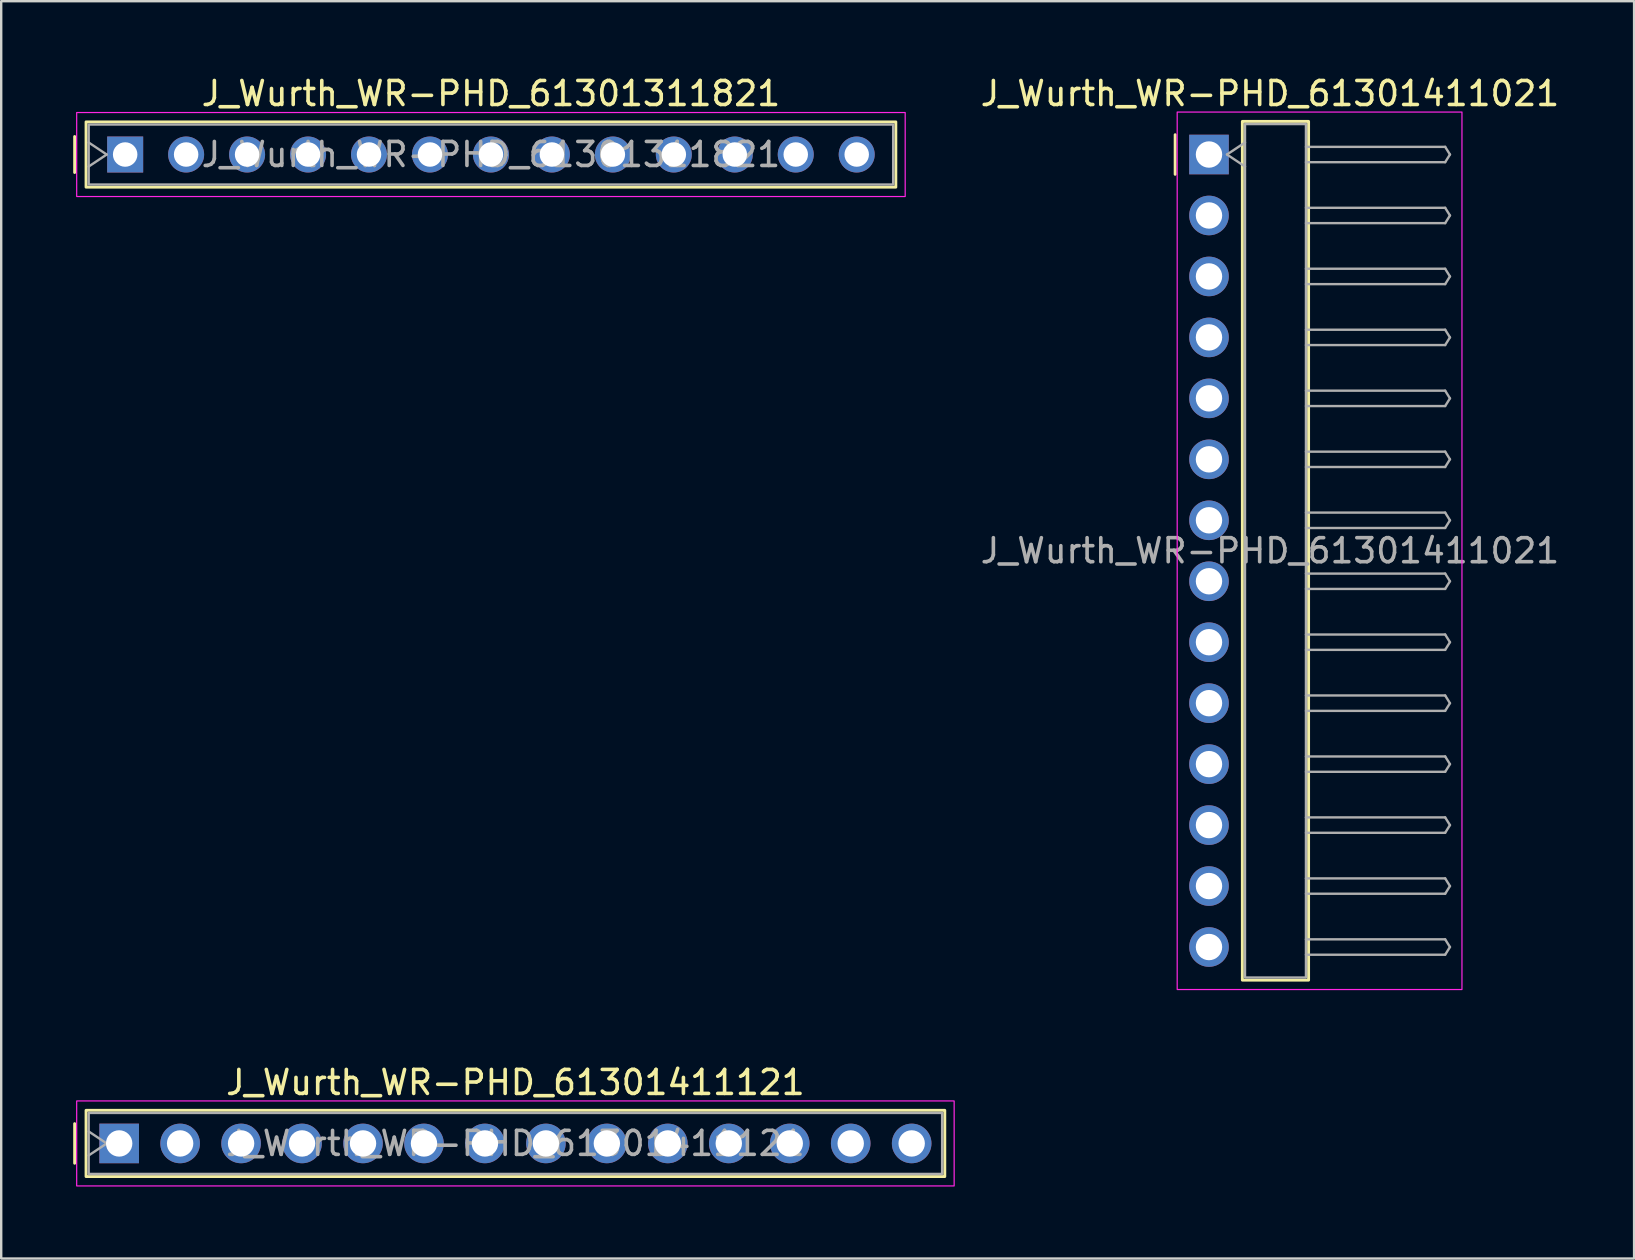
<source format=kicad_pcb>
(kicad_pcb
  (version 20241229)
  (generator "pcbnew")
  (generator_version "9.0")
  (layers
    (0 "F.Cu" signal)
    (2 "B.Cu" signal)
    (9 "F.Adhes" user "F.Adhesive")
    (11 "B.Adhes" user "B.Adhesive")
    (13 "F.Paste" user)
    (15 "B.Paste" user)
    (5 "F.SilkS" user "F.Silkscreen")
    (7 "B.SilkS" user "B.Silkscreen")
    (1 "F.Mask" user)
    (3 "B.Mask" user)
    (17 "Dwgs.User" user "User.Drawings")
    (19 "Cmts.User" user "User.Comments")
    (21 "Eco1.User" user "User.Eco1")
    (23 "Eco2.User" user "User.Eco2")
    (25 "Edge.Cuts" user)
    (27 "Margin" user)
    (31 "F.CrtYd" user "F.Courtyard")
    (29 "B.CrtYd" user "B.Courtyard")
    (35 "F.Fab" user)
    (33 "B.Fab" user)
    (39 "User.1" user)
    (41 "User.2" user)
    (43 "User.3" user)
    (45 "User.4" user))
  (footprint "J_Wurth_WR-PHD_61301411121"
    (layer "F.Cu")
    (at 1.915 44.592)
    (property "Reference" "J_Wurth_WR-PHD_61301411121" (at 16.51 -2.54 0) (unlocked yes) (layer "F.SilkS") (effects (font (size 1 1) (thickness 0.15))))
    (attr through_hole)
    (fp_line (start -1.855 -0.825) (end -1.855 0.825) (stroke (width 0.12) (type solid)) (layer "F.SilkS"))
    (fp_rect (start -1.38 -1.38) (end 34.4 1.38) (stroke (width 0.12) (type solid)) (fill no) (layer "F.SilkS"))
    (fp_rect (start -1.77 -1.77) (end 34.79 1.77) (stroke (width 0.05) (type solid)) (fill no) (layer "F.CrtYd"))
    (fp_line (start -1.27 -0.5) (end -0.52 0) (stroke (width 0.1) (type solid)) (layer "F.Fab"))
    (fp_line (start -0.52 0) (end -1.27 0.5) (stroke (width 0.1) (type solid)) (layer "F.Fab"))
    (fp_rect (start -1.27 -1.27) (end 34.29 1.27) (stroke (width 0.1) (type solid)) (fill no) (layer "F.Fab"))
    (fp_text user "${REFERENCE}" (at 16.51 0 0) (unlocked yes) (layer "F.Fab") (effects (font (size 1 1) (thickness 0.15))))
    (pad "1" thru_hole rect (at 0 0) (size 1.65 1.65) (drill 1.1) (layers "*.Cu" "*.Mask"))
    (pad "2" thru_hole circle (at 2.54 0) (size 1.65 1.65) (drill 1.1) (layers "*.Cu" "*.Mask"))
    (pad "3" thru_hole circle (at 5.08 0) (size 1.65 1.65) (drill 1.1) (layers "*.Cu" "*.Mask"))
    (pad "4" thru_hole circle (at 7.62 0) (size 1.65 1.65) (drill 1.1) (layers "*.Cu" "*.Mask"))
    (pad "5" thru_hole circle (at 10.16 0) (size 1.65 1.65) (drill 1.1) (layers "*.Cu" "*.Mask"))
    (pad "6" thru_hole circle (at 12.7 0) (size 1.65 1.65) (drill 1.1) (layers "*.Cu" "*.Mask"))
    (pad "7" thru_hole circle (at 15.24 0) (size 1.65 1.65) (drill 1.1) (layers "*.Cu" "*.Mask"))
    (pad "8" thru_hole circle (at 17.78 0) (size 1.65 1.65) (drill 1.1) (layers "*.Cu" "*.Mask"))
    (pad "9" thru_hole circle (at 20.32 0) (size 1.65 1.65) (drill 1.1) (layers "*.Cu" "*.Mask"))
    (pad "10" thru_hole circle (at 22.86 0) (size 1.65 1.65) (drill 1.1) (layers "*.Cu" "*.Mask"))
    (pad "11" thru_hole circle (at 25.4 0) (size 1.65 1.65) (drill 1.1) (layers "*.Cu" "*.Mask"))
    (pad "12" thru_hole circle (at 27.94 0) (size 1.65 1.65) (drill 1.1) (layers "*.Cu" "*.Mask"))
    (pad "13" thru_hole circle (at 30.48 0) (size 1.65 1.65) (drill 1.1) (layers "*.Cu" "*.Mask"))
    (pad "14" thru_hole circle (at 33.02 0) (size 1.65 1.65) (drill 1.1) (layers "*.Cu" "*.Mask")))
  (footprint "J_Wurth_WR-PHD_61301311821"
    (layer "F.Cu")
    (at 2.165 3.388)
    (property "Reference" "J_Wurth_WR-PHD_61301311821" (at 15.24 -2.54 0) (unlocked yes) (layer "F.SilkS") (effects (font (size 1 1) (thickness 0.15))))
    (attr through_hole)
    (fp_line (start -2.105 -0.75) (end -2.105 0.75) (stroke (width 0.12) (type solid)) (layer "F.SilkS"))
    (fp_rect (start -1.63 -1.36) (end 32.11 1.36) (stroke (width 0.12) (type solid)) (fill no) (layer "F.SilkS"))
    (fp_rect (start -2.02 -1.75) (end 32.5 1.75) (stroke (width 0.05) (type solid)) (fill no) (layer "F.CrtYd"))
    (fp_line (start -1.52 -0.5) (end -0.77 0) (stroke (width 0.1) (type solid)) (layer "F.Fab"))
    (fp_line (start -0.77 0) (end -1.52 0.5) (stroke (width 0.1) (type solid)) (layer "F.Fab"))
    (fp_rect (start -1.52 -1.25) (end 32 1.25) (stroke (width 0.1) (type solid)) (fill no) (layer "F.Fab"))
    (fp_text user "${REFERENCE}" (at 15.24 0 0) (unlocked yes) (layer "F.Fab") (effects (font (size 1 1) (thickness 0.15))))
    (pad "1" thru_hole rect (at 0 0) (size 1.5 1.5) (drill 1.02) (layers "*.Cu" "*.Mask"))
    (pad "2" thru_hole circle (at 2.54 0) (size 1.5 1.5) (drill 1.02) (layers "*.Cu" "*.Mask"))
    (pad "3" thru_hole circle (at 5.08 0) (size 1.5 1.5) (drill 1.02) (layers "*.Cu" "*.Mask"))
    (pad "4" thru_hole circle (at 7.62 0) (size 1.5 1.5) (drill 1.02) (layers "*.Cu" "*.Mask"))
    (pad "5" thru_hole circle (at 10.16 0) (size 1.5 1.5) (drill 1.02) (layers "*.Cu" "*.Mask"))
    (pad "6" thru_hole circle (at 12.7 0) (size 1.5 1.5) (drill 1.02) (layers "*.Cu" "*.Mask"))
    (pad "7" thru_hole circle (at 15.24 0) (size 1.5 1.5) (drill 1.02) (layers "*.Cu" "*.Mask"))
    (pad "8" thru_hole circle (at 17.78 0) (size 1.5 1.5) (drill 1.02) (layers "*.Cu" "*.Mask"))
    (pad "9" thru_hole circle (at 20.32 0) (size 1.5 1.5) (drill 1.02) (layers "*.Cu" "*.Mask"))
    (pad "10" thru_hole circle (at 22.86 0) (size 1.5 1.5) (drill 1.02) (layers "*.Cu" "*.Mask"))
    (pad "11" thru_hole circle (at 25.4 0) (size 1.5 1.5) (drill 1.02) (layers "*.Cu" "*.Mask"))
    (pad "12" thru_hole circle (at 27.94 0) (size 1.5 1.5) (drill 1.02) (layers "*.Cu" "*.Mask"))
    (pad "13" thru_hole circle (at 30.48 0) (size 1.5 1.5) (drill 1.02) (layers "*.Cu" "*.Mask")))
  (footprint "J_Wurth_WR-PHD_61301411021"
    (layer "F.Cu")
    (at 47.323 3.388)
    (property "Reference" "J_Wurth_WR-PHD_61301411021" (at 2.54 -2.54 0) (unlocked yes) (layer "F.SilkS") (effects (font (size 1 1) (thickness 0.15))))
    (attr through_hole)
    (fp_line (start -1.41 -0.825) (end -1.41 0.825) (stroke (width 0.12) (type solid)) (layer "F.SilkS"))
    (fp_rect (start 1.39 -1.38) (end 4.15 34.4) (stroke (width 0.12) (type solid)) (fill no) (layer "F.SilkS"))
    (fp_rect (start -1.325 -1.77) (end 10.54 34.79) (stroke (width 0.05) (type solid)) (fill no) (layer "F.CrtYd"))
    (fp_line (start 0.75 0) (end 1.5 -0.5) (stroke (width 0.1) (type solid)) (layer "F.Fab"))
    (fp_line (start 0.75 0) (end 1.5 0.5) (stroke (width 0.1) (type solid)) (layer "F.Fab"))
    (fp_line (start 4.04 0.32) (end 9.84 0.32) (stroke (width 0.1) (type solid)) (layer "F.Fab"))
    (fp_line (start 4.04 2.86) (end 9.84 2.86) (stroke (width 0.1) (type solid)) (layer "F.Fab"))
    (fp_line (start 4.04 5.4) (end 9.84 5.4) (stroke (width 0.1) (type solid)) (layer "F.Fab"))
    (fp_line (start 4.04 7.94) (end 9.84 7.94) (stroke (width 0.1) (type solid)) (layer "F.Fab"))
    (fp_line (start 4.04 10.48) (end 9.84 10.48) (stroke (width 0.1) (type solid)) (layer "F.Fab"))
    (fp_line (start 4.04 13.02) (end 9.84 13.02) (stroke (width 0.1) (type solid)) (layer "F.Fab"))
    (fp_line (start 4.04 15.56) (end 9.84 15.56) (stroke (width 0.1) (type solid)) (layer "F.Fab"))
    (fp_line (start 4.04 18.1) (end 9.84 18.1) (stroke (width 0.1) (type solid)) (layer "F.Fab"))
    (fp_line (start 4.04 20.64) (end 9.84 20.64) (stroke (width 0.1) (type solid)) (layer "F.Fab"))
    (fp_line (start 4.04 23.18) (end 9.84 23.18) (stroke (width 0.1) (type solid)) (layer "F.Fab"))
    (fp_line (start 4.04 25.72) (end 9.84 25.72) (stroke (width 0.1) (type solid)) (layer "F.Fab"))
    (fp_line (start 4.04 28.26) (end 9.84 28.26) (stroke (width 0.1) (type solid)) (layer "F.Fab"))
    (fp_line (start 4.04 30.8) (end 9.84 30.8) (stroke (width 0.1) (type solid)) (layer "F.Fab"))
    (fp_line (start 4.04 33.34) (end 9.84 33.34) (stroke (width 0.1) (type solid)) (layer "F.Fab"))
    (fp_line (start 9.84 -0.32) (end 4.04 -0.32) (stroke (width 0.1) (type solid)) (layer "F.Fab"))
    (fp_line (start 9.84 0.32) (end 10.04 0) (stroke (width 0.1) (type default)) (layer "F.Fab"))
    (fp_line (start 9.84 2.22) (end 4.04 2.22) (stroke (width 0.1) (type solid)) (layer "F.Fab"))
    (fp_line (start 9.84 2.86) (end 10.04 2.54) (stroke (width 0.1) (type default)) (layer "F.Fab"))
    (fp_line (start 9.84 4.76) (end 4.04 4.76) (stroke (width 0.1) (type solid)) (layer "F.Fab"))
    (fp_line (start 9.84 5.4) (end 10.04 5.08) (stroke (width 0.1) (type default)) (layer "F.Fab"))
    (fp_line (start 9.84 7.3) (end 4.04 7.3) (stroke (width 0.1) (type solid)) (layer "F.Fab"))
    (fp_line (start 9.84 7.94) (end 10.04 7.62) (stroke (width 0.1) (type default)) (layer "F.Fab"))
    (fp_line (start 9.84 9.84) (end 4.04 9.84) (stroke (width 0.1) (type solid)) (layer "F.Fab"))
    (fp_line (start 9.84 10.48) (end 10.04 10.16) (stroke (width 0.1) (type solid)) (layer "F.Fab"))
    (fp_line (start 9.84 12.38) (end 4.04 12.38) (stroke (width 0.1) (type solid)) (layer "F.Fab"))
    (fp_line (start 9.84 13.02) (end 10.04 12.7) (stroke (width 0.1) (type solid)) (layer "F.Fab"))
    (fp_line (start 9.84 14.92) (end 4.04 14.92) (stroke (width 0.1) (type solid)) (layer "F.Fab"))
    (fp_line (start 9.84 15.56) (end 10.04 15.24) (stroke (width 0.1) (type solid)) (layer "F.Fab"))
    (fp_line (start 9.84 17.46) (end 4.04 17.46) (stroke (width 0.1) (type solid)) (layer "F.Fab"))
    (fp_line (start 9.84 20) (end 4.04 20) (stroke (width 0.1) (type solid)) (layer "F.Fab"))
    (fp_line (start 9.84 22.54) (end 4.04 22.54) (stroke (width 0.1) (type solid)) (layer "F.Fab"))
    (fp_line (start 9.84 25.08) (end 4.04 25.08) (stroke (width 0.1) (type solid)) (layer "F.Fab"))
    (fp_line (start 9.84 27.62) (end 4.04 27.62) (stroke (width 0.1) (type solid)) (layer "F.Fab"))
    (fp_line (start 9.84 30.16) (end 4.04 30.16) (stroke (width 0.1) (type solid)) (layer "F.Fab"))
    (fp_line (start 9.84 32.7) (end 4.04 32.7) (stroke (width 0.1) (type solid)) (layer "F.Fab"))
    (fp_line (start 10.04 0) (end 9.84 -0.32) (stroke (width 0.1) (type solid)) (layer "F.Fab"))
    (fp_line (start 10.04 2.54) (end 9.84 2.22) (stroke (width 0.1) (type solid)) (layer "F.Fab"))
    (fp_line (start 10.04 5.08) (end 9.84 4.76) (stroke (width 0.1) (type solid)) (layer "F.Fab"))
    (fp_line (start 10.04 7.62) (end 9.84 7.3) (stroke (width 0.1) (type solid)) (layer "F.Fab"))
    (fp_line (start 10.04 10.16) (end 9.84 9.84) (stroke (width 0.1) (type solid)) (layer "F.Fab"))
    (fp_line (start 10.04 12.7) (end 9.84 12.38) (stroke (width 0.1) (type solid)) (layer "F.Fab"))
    (fp_line (start 10.04 15.24) (end 9.84 14.92) (stroke (width 0.1) (type solid)) (layer "F.Fab"))
    (fp_line (start 10.04 17.78) (end 9.84 17.46) (stroke (width 0.1) (type solid)) (layer "F.Fab"))
    (fp_line (start 10.04 17.78) (end 9.84 18.1) (stroke (width 0.1) (type solid)) (layer "F.Fab"))
    (fp_line (start 10.04 20.32) (end 9.84 20) (stroke (width 0.1) (type solid)) (layer "F.Fab"))
    (fp_line (start 10.04 20.32) (end 9.84 20.64) (stroke (width 0.1) (type solid)) (layer "F.Fab"))
    (fp_line (start 10.04 22.86) (end 9.84 22.54) (stroke (width 0.1) (type solid)) (layer "F.Fab"))
    (fp_line (start 10.04 22.86) (end 9.84 23.18) (stroke (width 0.1) (type solid)) (layer "F.Fab"))
    (fp_line (start 10.04 25.4) (end 9.84 25.08) (stroke (width 0.1) (type solid)) (layer "F.Fab"))
    (fp_line (start 10.04 25.4) (end 9.84 25.72) (stroke (width 0.1) (type solid)) (layer "F.Fab"))
    (fp_line (start 10.04 27.94) (end 9.84 27.62) (stroke (width 0.1) (type solid)) (layer "F.Fab"))
    (fp_line (start 10.04 27.94) (end 9.84 28.26) (stroke (width 0.1) (type solid)) (layer "F.Fab"))
    (fp_line (start 10.04 30.48) (end 9.84 30.16) (stroke (width 0.1) (type solid)) (layer "F.Fab"))
    (fp_line (start 10.04 30.48) (end 9.84 30.8) (stroke (width 0.1) (type solid)) (layer "F.Fab"))
    (fp_line (start 10.04 33.02) (end 9.84 32.7) (stroke (width 0.1) (type solid)) (layer "F.Fab"))
    (fp_line (start 10.04 33.02) (end 9.84 33.34) (stroke (width 0.1) (type solid)) (layer "F.Fab"))
    (fp_rect (start 1.5 -1.27) (end 4.04 34.29) (stroke (width 0.1) (type solid)) (fill no) (layer "F.Fab"))
    (fp_text user "${REFERENCE}" (at 2.54 16.51 0) (unlocked yes) (layer "F.Fab") (effects (font (size 1 1) (thickness 0.15))))
    (pad "1" thru_hole rect (at 0 0 90) (size 1.65 1.65) (drill 1.1) (layers "*.Cu" "*.Mask"))
    (pad "2" thru_hole circle (at 0 2.54 90) (size 1.65 1.65) (drill 1.1) (layers "*.Cu" "*.Mask"))
    (pad "3" thru_hole circle (at 0 5.08 90) (size 1.65 1.65) (drill 1.1) (layers "*.Cu" "*.Mask"))
    (pad "4" thru_hole circle (at 0 7.62 90) (size 1.65 1.65) (drill 1.1) (layers "*.Cu" "*.Mask"))
    (pad "5" thru_hole circle (at 0 10.16 90) (size 1.65 1.65) (drill 1.1) (layers "*.Cu" "*.Mask"))
    (pad "6" thru_hole circle (at 0 12.7 90) (size 1.65 1.65) (drill 1.1) (layers "*.Cu" "*.Mask"))
    (pad "7" thru_hole circle (at 0 15.24 90) (size 1.65 1.65) (drill 1.1) (layers "*.Cu" "*.Mask"))
    (pad "8" thru_hole circle (at 0 17.78 90) (size 1.65 1.65) (drill 1.1) (layers "*.Cu" "*.Mask"))
    (pad "9" thru_hole circle (at 0 20.32 90) (size 1.65 1.65) (drill 1.1) (layers "*.Cu" "*.Mask"))
    (pad "10" thru_hole circle (at 0 22.86 90) (size 1.65 1.65) (drill 1.1) (layers "*.Cu" "*.Mask"))
    (pad "11" thru_hole circle (at 0 25.4 90) (size 1.65 1.65) (drill 1.1) (layers "*.Cu" "*.Mask"))
    (pad "12" thru_hole circle (at 0 27.94 90) (size 1.65 1.65) (drill 1.1) (layers "*.Cu" "*.Mask"))
    (pad "13" thru_hole circle (at 0 30.48 90) (size 1.65 1.65) (drill 1.1) (layers "*.Cu" "*.Mask"))
    (pad "14" thru_hole circle (at 0 33.02 90) (size 1.65 1.65) (drill 1.1) (layers "*.Cu" "*.Mask")))
  (gr_rect
    (start -3 -3)
    (end 65.035 49.386)
    (stroke (width 0.1) (type default))
    (fill no)
    (layer "Edge.Cuts")))
</source>
